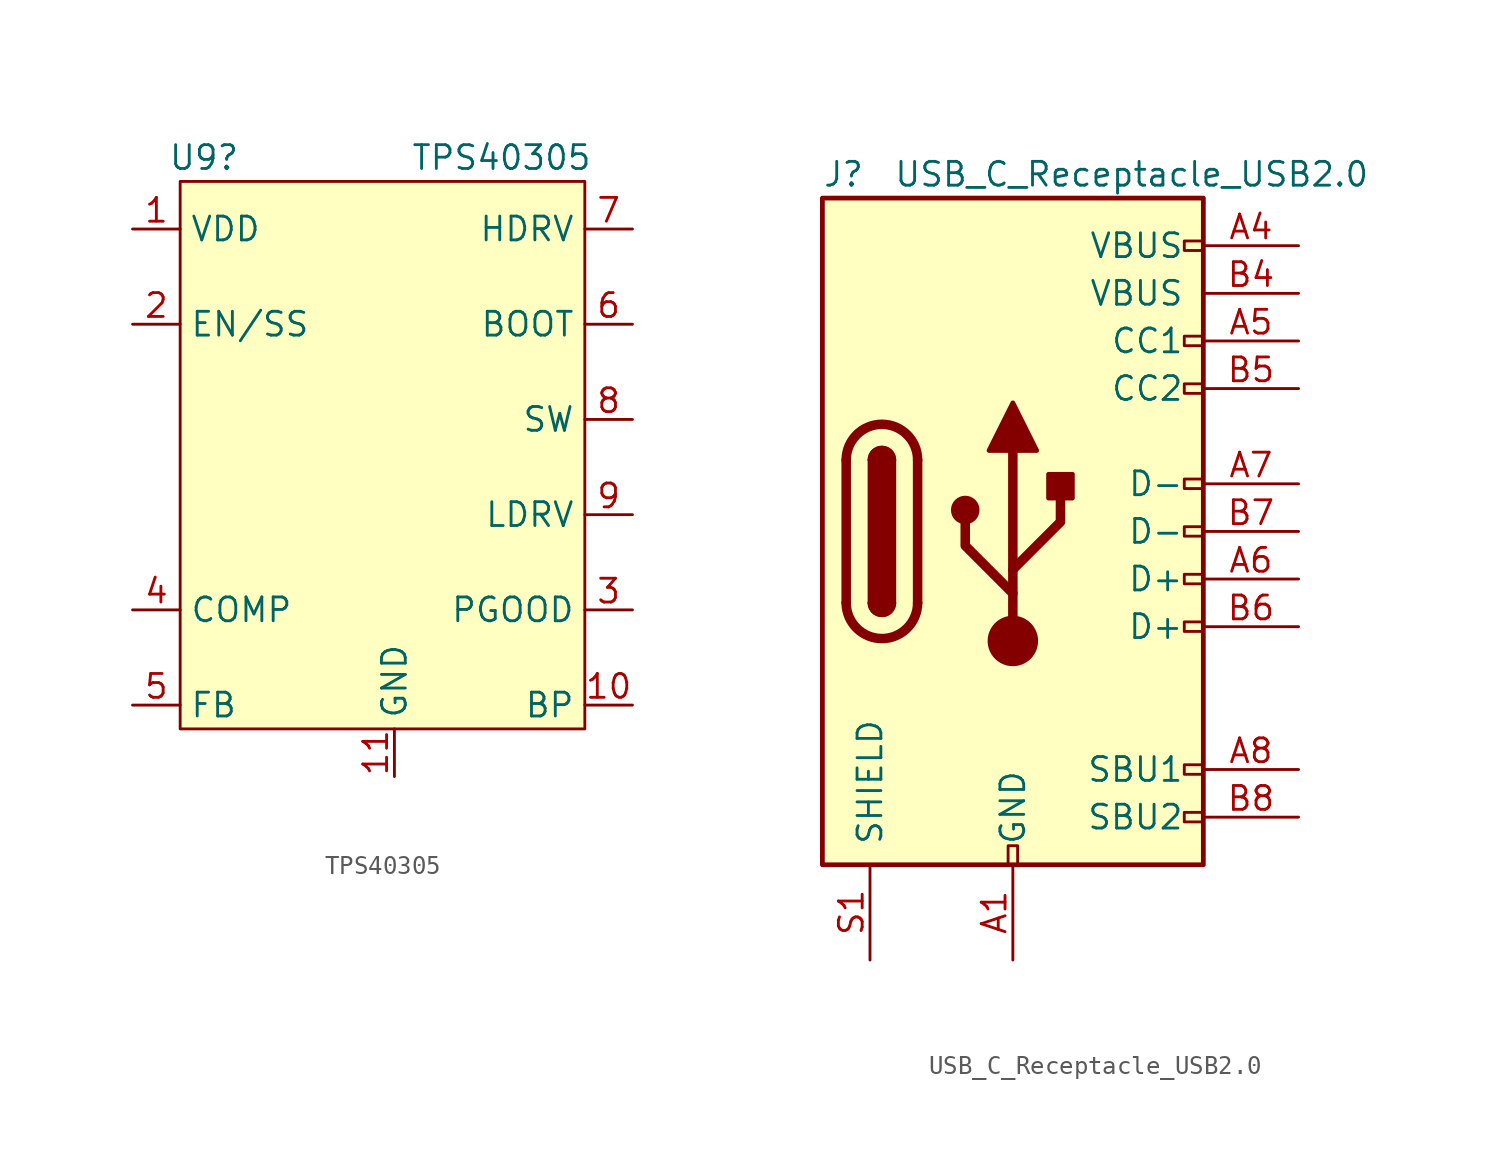
<source format=kicad_sym>
(kicad_symbol_lib
  (version 20241209)
  (generator "kicad_symbol_editor")
  (generator_version "9.0")
  (symbol "TPS40305"
    (property "Reference" "U9"
      (at -10.16 16.51 0)
      (effects (font (size 1.27 1.27))))
    (property "Value" "TPS40305"
      (at 5.715 16.51 0)
      (effects (font (size 1.27 1.27))))
    (symbol "TPS40305_0_1"
      (rectangle (start -11.43 15.24) (end 10.16 -13.97) (stroke (width 0.152) (type default)) (fill (type background))))
    (symbol "TPS40305_1_1"
      (pin input line (at -13.97 12.7 0) (length 2.54) (name "VDD" (effects (font (size 1.27 1.27)))) (number "1" (effects (font (size 1.27 1.27)))))
      (pin input line (at -13.97 7.62 0) (length 2.54) (name "EN/SS" (effects (font (size 1.27 1.27)))) (number "2" (effects (font (size 1.27 1.27)))))
      (pin input line (at -13.97 -7.62 0) (length 2.54) (name "COMP" (effects (font (size 1.27 1.27)))) (number "4" (effects (font (size 1.27 1.27)))))
      (pin input line (at -13.97 -12.7 0) (length 2.54) (name "FB" (effects (font (size 1.27 1.27)))) (number "5" (effects (font (size 1.27 1.27)))))
      (pin input line (at 0 -16.51 90) (length 2.54) (name "GND" (effects (font (size 1.27 1.27)))) (number "11" (effects (font (size 1.27 1.27)))))
      (pin input line (at 12.7 12.7 180) (length 2.54) (name "HDRV" (effects (font (size 1.27 1.27)))) (number "7" (effects (font (size 1.27 1.27)))))
      (pin input line (at 12.7 7.62 180) (length 2.54) (name "BOOT" (effects (font (size 1.27 1.27)))) (number "6" (effects (font (size 1.27 1.27)))))
      (pin input line (at 12.7 2.54 180) (length 2.54) (name "SW" (effects (font (size 1.27 1.27)))) (number "8" (effects (font (size 1.27 1.27)))))
      (pin input line (at 12.7 -2.54 180) (length 2.54) (name "LDRV" (effects (font (size 1.27 1.27)))) (number "9" (effects (font (size 1.27 1.27)))))
      (pin input line (at 12.7 -7.62 180) (length 2.54) (name "PGOOD" (effects (font (size 1.27 1.27)))) (number "3" (effects (font (size 1.27 1.27)))))
      (pin input line (at 12.7 -12.7 180) (length 2.54) (name "BP" (effects (font (size 1.27 1.27)))) (number "10" (effects (font (size 1.27 1.27)))))))
  (symbol "USB_C_Receptacle_USB2.0"
    (pin_names
      (offset 1.016))
    (property "Reference" "J"
      (at -10.16 19.05 0)
      (effects (font (size 1.27 1.27)) (justify left)))
    (property "Value" "USB_C_Receptacle_USB2.0"
      (at 19.05 19.05 0)
      (effects (font (size 1.27 1.27)) (justify right)))
    (symbol "USB_C_Receptacle_USB2.0_0_0"
      (rectangle (start -0.254 -17.78) (end 0.254 -16.764) (stroke (width 0) (type default)) (fill (type none)))
      (rectangle (start 10.16 15.494) (end 9.144 14.986) (stroke (width 0) (type default)) (fill (type none)))
      (rectangle (start 10.16 10.414) (end 9.144 9.906) (stroke (width 0) (type default)) (fill (type none)))
      (rectangle (start 10.16 7.874) (end 9.144 7.366) (stroke (width 0) (type default)) (fill (type none)))
      (rectangle (start 10.16 2.794) (end 9.144 2.286) (stroke (width 0) (type default)) (fill (type none)))
      (rectangle (start 10.16 0.254) (end 9.144 -0.254) (stroke (width 0) (type default)) (fill (type none)))
      (rectangle (start 10.16 -2.286) (end 9.144 -2.794) (stroke (width 0) (type default)) (fill (type none)))
      (rectangle (start 10.16 -4.826) (end 9.144 -5.334) (stroke (width 0) (type default)) (fill (type none)))
      (rectangle (start 10.16 -12.446) (end 9.144 -12.954) (stroke (width 0) (type default)) (fill (type none)))
      (rectangle (start 10.16 -14.986) (end 9.144 -15.494) (stroke (width 0) (type default)) (fill (type none))))
    (symbol "USB_C_Receptacle_USB2.0_0_1"
      (rectangle (start -10.16 17.78) (end 10.16 -17.78) (stroke (width 0.254) (type default)) (fill (type background)))
      (polyline (pts (xy -8.89 -3.81) (xy -8.89 3.81)) (stroke (width 0.508) (type default)) (fill (type none)))
      (rectangle (start -7.62 -3.81) (end -6.35 3.81) (stroke (width 0.254) (type default)) (fill (type outline)))
      (arc (start -7.62 3.81) (mid -6.985 4.4423) (end -6.35 3.81) (stroke (width 0.254) (type default)) (fill (type none)))
      (arc (start -7.62 3.81) (mid -6.985 4.4423) (end -6.35 3.81) (stroke (width 0.254) (type default)) (fill (type outline)))
      (arc (start -8.89 3.81) (mid -6.985 5.7067) (end -5.08 3.81) (stroke (width 0.508) (type default)) (fill (type none)))
      (arc (start -5.08 -3.81) (mid -6.985 -5.7067) (end -8.89 -3.81) (stroke (width 0.508) (type default)) (fill (type none)))
      (arc (start -6.35 -3.81) (mid -6.985 -4.4423) (end -7.62 -3.81) (stroke (width 0.254) (type default)) (fill (type none)))
      (arc (start -6.35 -3.81) (mid -6.985 -4.4423) (end -7.62 -3.81) (stroke (width 0.254) (type default)) (fill (type outline)))
      (polyline (pts (xy -5.08 3.81) (xy -5.08 -3.81)) (stroke (width 0.508) (type default)) (fill (type none)))
      (circle (center -2.54 1.143) (radius 0.635) (stroke (width 0.254) (type default)) (fill (type outline)))
      (polyline (pts (xy -1.27 4.318) (xy 0 6.858) (xy 1.27 4.318) (xy -1.27 4.318)) (stroke (width 0.254) (type default)) (fill (type outline)))
      (polyline (pts (xy 0 -2.032) (xy 2.54 0.508) (xy 2.54 1.778)) (stroke (width 0.508) (type default)) (fill (type none)))
      (polyline (pts (xy 0 -3.302) (xy -2.54 -0.762) (xy -2.54 0.508)) (stroke (width 0.508) (type default)) (fill (type none)))
      (polyline (pts (xy 0 -5.842) (xy 0 4.318)) (stroke (width 0.508) (type default)) (fill (type none)))
      (circle (center 0 -5.842) (radius 1.27) (stroke (width 0) (type default)) (fill (type outline)))
      (rectangle (start 1.905 1.778) (end 3.175 3.048) (stroke (width 0.254) (type default)) (fill (type outline))))
    (symbol "USB_C_Receptacle_USB2.0_1_1"
      (pin passive line (at -7.62 -22.86 90) (length 5.08) (name "SHIELD" (effects (font (size 1.27 1.27)))) (number "S1" (effects (font (size 1.27 1.27)))))
      (pin passive line (at 0 -22.86 90) (length 5.08) (name "GND" (effects (font (size 1.27 1.27)))) (number "A1" (effects (font (size 1.27 1.27)))))
      (pin passive line (at 0 -22.86 90) (length 5.08) (hide yes) (name "GND" (effects (font (size 1.27 1.27)))) (number "B1" (effects (font (size 1.27 1.27)))))
      (pin passive line (at 15.24 15.24 180) (length 5.08) (name "VBUS" (effects (font (size 1.27 1.27)))) (number "A4" (effects (font (size 1.27 1.27)))))
      (pin passive line (at 15.24 12.7 180) (length 5.08) (name "VBUS" (effects (font (size 1.27 1.27)))) (number "B4" (effects (font (size 1.27 1.27)))))
      (pin bidirectional line (at 15.24 10.16 180) (length 5.08) (name "CC1" (effects (font (size 1.27 1.27)))) (number "A5" (effects (font (size 1.27 1.27)))))
      (pin bidirectional line (at 15.24 7.62 180) (length 5.08) (name "CC2" (effects (font (size 1.27 1.27)))) (number "B5" (effects (font (size 1.27 1.27)))))
      (pin bidirectional line (at 15.24 2.54 180) (length 5.08) (name "D-" (effects (font (size 1.27 1.27)))) (number "A7" (effects (font (size 1.27 1.27)))))
      (pin bidirectional line (at 15.24 0 180) (length 5.08) (name "D-" (effects (font (size 1.27 1.27)))) (number "B7" (effects (font (size 1.27 1.27)))))
      (pin bidirectional line (at 15.24 -2.54 180) (length 5.08) (name "D+" (effects (font (size 1.27 1.27)))) (number "A6" (effects (font (size 1.27 1.27)))))
      (pin bidirectional line (at 15.24 -5.08 180) (length 5.08) (name "D+" (effects (font (size 1.27 1.27)))) (number "B6" (effects (font (size 1.27 1.27)))))
      (pin bidirectional line (at 15.24 -12.7 180) (length 5.08) (name "SBU1" (effects (font (size 1.27 1.27)))) (number "A8" (effects (font (size 1.27 1.27)))))
      (pin bidirectional line (at 15.24 -15.24 180) (length 5.08) (name "SBU2" (effects (font (size 1.27 1.27)))) (number "B8" (effects (font (size 1.27 1.27))))))))
</source>
